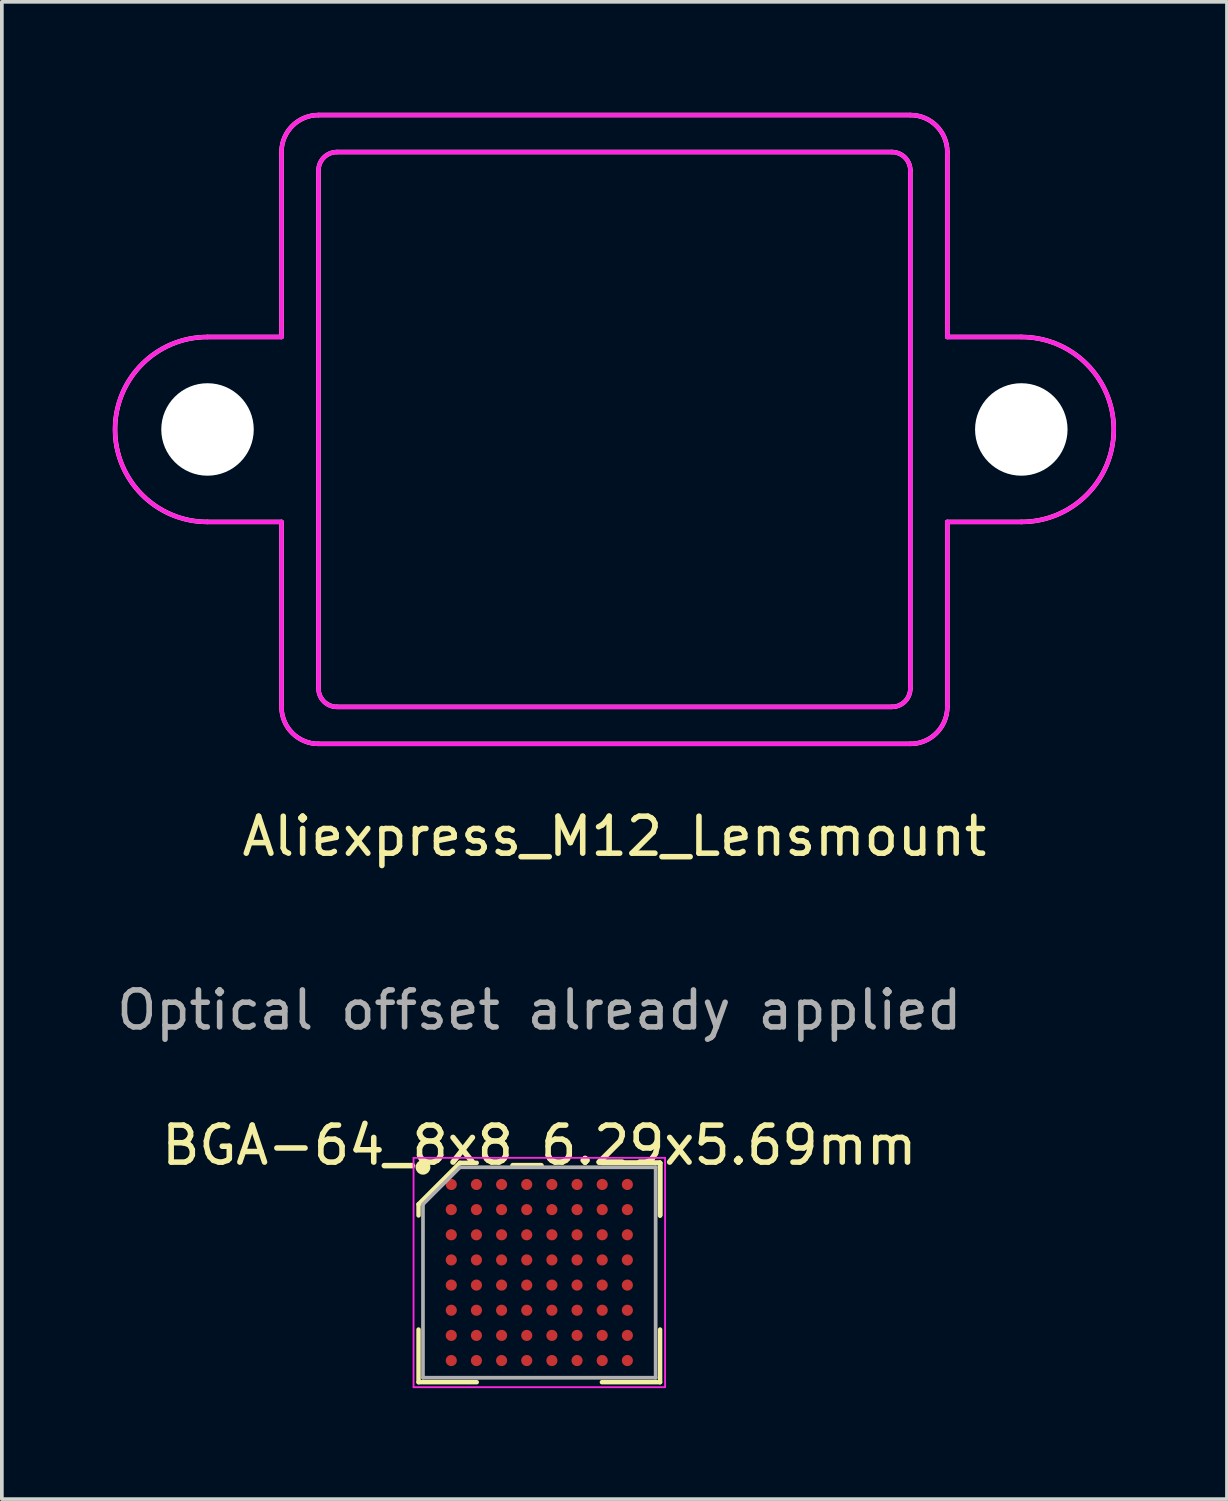
<source format=kicad_pcb>
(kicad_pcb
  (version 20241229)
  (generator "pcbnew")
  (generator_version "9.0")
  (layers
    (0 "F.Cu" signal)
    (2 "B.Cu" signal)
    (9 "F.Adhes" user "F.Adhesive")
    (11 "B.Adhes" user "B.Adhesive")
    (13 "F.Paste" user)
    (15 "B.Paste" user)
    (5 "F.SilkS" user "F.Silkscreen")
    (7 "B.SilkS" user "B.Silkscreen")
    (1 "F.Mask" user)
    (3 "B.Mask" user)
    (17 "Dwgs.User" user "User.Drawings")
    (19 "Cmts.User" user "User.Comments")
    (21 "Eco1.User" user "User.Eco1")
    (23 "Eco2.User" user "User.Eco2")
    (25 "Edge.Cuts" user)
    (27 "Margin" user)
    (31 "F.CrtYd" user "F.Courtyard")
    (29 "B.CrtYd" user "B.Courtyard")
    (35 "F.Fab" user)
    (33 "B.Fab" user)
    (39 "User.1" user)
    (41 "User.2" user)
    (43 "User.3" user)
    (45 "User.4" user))
  (footprint "Aliexpress_M12_Lensmount"
    (layer "F.Cu")
    (at 13.56 8.56)
    (property "Reference" "Aliexpress_M12_Lensmount" (at 0 11 0) (layer "F.SilkS") (effects (font (size 1 1) (thickness 0.15))))
    (attr through_hole)
    (fp_line (start -11 -2.5) (end -9 -2.5) (stroke (width 0.12) (type solid)) (layer "F.SilkS"))
    (fp_line (start -9 -7.5) (end -9 -2.5) (stroke (width 0.12) (type solid)) (layer "F.SilkS"))
    (fp_line (start -9 2.5) (end -11 2.5) (stroke (width 0.12) (type solid)) (layer "F.SilkS"))
    (fp_line (start -9 2.5) (end -9 7.5) (stroke (width 0.12) (type solid)) (layer "F.SilkS"))
    (fp_line (start -8 -8.5) (end 8 -8.5) (stroke (width 0.12) (type solid)) (layer "F.SilkS"))
    (fp_line (start -8 7) (end -8 -7) (stroke (width 0.12) (type solid)) (layer "F.SilkS"))
    (fp_line (start -7.5 -7.5) (end 7.5 -7.5) (stroke (width 0.12) (type solid)) (layer "F.SilkS"))
    (fp_line (start 7.5 7.5) (end -7.5 7.5) (stroke (width 0.12) (type solid)) (layer "F.SilkS"))
    (fp_line (start 8 -7) (end 8 7) (stroke (width 0.12) (type solid)) (layer "F.SilkS"))
    (fp_line (start 8 8.5) (end -8 8.5) (stroke (width 0.12) (type solid)) (layer "F.SilkS"))
    (fp_line (start 9 -7.5) (end 9 -2.5) (stroke (width 0.12) (type solid)) (layer "F.SilkS"))
    (fp_line (start 9 -2.5) (end 11 -2.5) (stroke (width 0.12) (type solid)) (layer "F.SilkS"))
    (fp_line (start 9 2.5) (end 9 7.5) (stroke (width 0.12) (type solid)) (layer "F.SilkS"))
    (fp_line (start 11 2.5) (end 9 2.5) (stroke (width 0.12) (type solid)) (layer "F.SilkS"))
    (fp_arc (start -11 2.5) (mid -13.5 0) (end -11 -2.5) (stroke (width 0.12) (type solid)) (layer "F.SilkS"))
    (fp_arc (start -9 -7.5) (mid -8.707107 -8.207107) (end -8 -8.5) (stroke (width 0.12) (type solid)) (layer "F.SilkS"))
    (fp_arc (start -8 -7) (mid -7.853553 -7.353553) (end -7.5 -7.5) (stroke (width 0.12) (type solid)) (layer "F.SilkS"))
    (fp_arc (start -8 8.5) (mid -8.707107 8.207107) (end -9 7.5) (stroke (width 0.12) (type solid)) (layer "F.SilkS"))
    (fp_arc (start -7.5 7.5) (mid -7.853553 7.353553) (end -8 7) (stroke (width 0.12) (type solid)) (layer "F.SilkS"))
    (fp_arc (start 7.5 -7.5) (mid 7.853553 -7.353553) (end 8 -7) (stroke (width 0.12) (type solid)) (layer "F.SilkS"))
    (fp_arc (start 8 -8.5) (mid 8.707107 -8.207107) (end 9 -7.5) (stroke (width 0.12) (type solid)) (layer "F.SilkS"))
    (fp_arc (start 8 7) (mid 7.853553 7.353553) (end 7.5 7.5) (stroke (width 0.12) (type solid)) (layer "F.SilkS"))
    (fp_arc (start 9 7.5) (mid 8.707107 8.207107) (end 8 8.5) (stroke (width 0.12) (type solid)) (layer "F.SilkS"))
    (fp_arc (start 11 -2.5) (mid 13.5 0) (end 11 2.5) (stroke (width 0.12) (type solid)) (layer "F.SilkS"))
    (fp_line (start -11 2.5) (end -9 2.5) (stroke (width 0.12) (type solid)) (layer "F.CrtYd"))
    (fp_line (start -9 -7.5) (end -9 -2.5) (stroke (width 0.12) (type solid)) (layer "F.CrtYd"))
    (fp_line (start -9 -2.5) (end -11 -2.5) (stroke (width 0.12) (type solid)) (layer "F.CrtYd"))
    (fp_line (start -9 2.5) (end -9 7.5) (stroke (width 0.12) (type solid)) (layer "F.CrtYd"))
    (fp_line (start -8 -8.5) (end 8 -8.5) (stroke (width 0.12) (type solid)) (layer "F.CrtYd"))
    (fp_line (start -8 7) (end -8 -7) (stroke (width 0.12) (type solid)) (layer "F.CrtYd"))
    (fp_line (start -8 8.5) (end 8 8.5) (stroke (width 0.12) (type solid)) (layer "F.CrtYd"))
    (fp_line (start -7.5 -7.5) (end 7.5 -7.5) (stroke (width 0.12) (type solid)) (layer "F.CrtYd"))
    (fp_line (start 7.5 7.5) (end -7.5 7.5) (stroke (width 0.12) (type solid)) (layer "F.CrtYd"))
    (fp_line (start 8 7) (end 8 -7) (stroke (width 0.12) (type solid)) (layer "F.CrtYd"))
    (fp_line (start 9 -7.5) (end 9 -2.5) (stroke (width 0.12) (type solid)) (layer "F.CrtYd"))
    (fp_line (start 9 -2.5) (end 11 -2.5) (stroke (width 0.12) (type solid)) (layer "F.CrtYd"))
    (fp_line (start 9 2.5) (end 9 7.5) (stroke (width 0.12) (type solid)) (layer "F.CrtYd"))
    (fp_line (start 11 2.5) (end 9 2.5) (stroke (width 0.12) (type solid)) (layer "F.CrtYd"))
    (fp_arc (start -11 2.5) (mid -13.5 0) (end -11 -2.5) (stroke (width 0.12) (type solid)) (layer "F.CrtYd"))
    (fp_arc (start -9 -7.5) (mid -8.707107 -8.207107) (end -8 -8.5) (stroke (width 0.12) (type solid)) (layer "F.CrtYd"))
    (fp_arc (start -8 -7) (mid -7.853553 -7.353553) (end -7.5 -7.5) (stroke (width 0.12) (type solid)) (layer "F.CrtYd"))
    (fp_arc (start -8 8.5) (mid -8.707107 8.207107) (end -9 7.5) (stroke (width 0.12) (type solid)) (layer "F.CrtYd"))
    (fp_arc (start -7.5 7.5) (mid -7.853553 7.353553) (end -8 7) (stroke (width 0.12) (type solid)) (layer "F.CrtYd"))
    (fp_arc (start 7.5 -7.5) (mid 7.853553 -7.353553) (end 8 -7) (stroke (width 0.12) (type solid)) (layer "F.CrtYd"))
    (fp_arc (start 8 -8.5) (mid 8.707107 -8.207107) (end 9 -7.5) (stroke (width 0.12) (type solid)) (layer "F.CrtYd"))
    (fp_arc (start 8 7) (mid 7.853553 7.353553) (end 7.5 7.5) (stroke (width 0.12) (type solid)) (layer "F.CrtYd"))
    (fp_arc (start 9 7.5) (mid 8.707107 8.207107) (end 8 8.5) (stroke (width 0.12) (type solid)) (layer "F.CrtYd"))
    (fp_arc (start 11 -2.5) (mid 13.5 0) (end 11 2.5) (stroke (width 0.12) (type solid)) (layer "F.CrtYd"))
    (pad "" np_thru_hole circle (at -11 0 180) (size 2.5 2.5) (drill 2.5) (layers "*.Cu" "*.Mask"))
    (pad "" np_thru_hole circle (at 11 0 180) (size 2.5 2.5) (drill 2.5) (layers "*.Cu" "*.Mask")))
  (footprint "BGA-64_8x8_6.29x5.69mm"
    (layer "F.Cu")
    (at 11.53 31.756)
    (property "Reference" "BGA-64_8x8_6.29x5.69mm" (at 0 -3.845 0) (layer "F.SilkS") (effects (font (size 1 1) (thickness 0.15))))
    (attr smd)
    (fp_line (start -3.265 -2.25) (end -3.265 -1.948) (stroke (width 0.12) (type solid)) (layer "F.SilkS"))
    (fp_line (start -3.265 2.56) (end -3.265 1.137) (stroke (width 0.12) (type solid)) (layer "F.SilkS"))
    (fp_line (start -2.145 -3.37) (end -3.265 -2.25) (stroke (width 0.12) (type solid)) (layer "F.SilkS"))
    (fp_line (start -1.692 -3.37) (end -2.145 -3.37) (stroke (width 0.12) (type solid)) (layer "F.SilkS"))
    (fp_line (start -1.692 2.56) (end -3.265 2.56) (stroke (width 0.12) (type solid)) (layer "F.SilkS"))
    (fp_line (start 1.692 -3.37) (end 3.265 -3.37) (stroke (width 0.12) (type solid)) (layer "F.SilkS"))
    (fp_line (start 1.692 -3.37) (end 3.265 -3.37) (stroke (width 0.12) (type solid)) (layer "F.SilkS"))
    (fp_line (start 1.692 -3.37) (end 3.265 -3.37) (stroke (width 0.12) (type solid)) (layer "F.SilkS"))
    (fp_line (start 1.692 2.56) (end 3.265 2.56) (stroke (width 0.12) (type solid)) (layer "F.SilkS"))
    (fp_line (start 3.265 -3.37) (end 3.265 -1.948) (stroke (width 0.12) (type solid)) (layer "F.SilkS"))
    (fp_line (start 3.265 -3.37) (end 3.265 -1.948) (stroke (width 0.12) (type solid)) (layer "F.SilkS"))
    (fp_line (start 3.265 -3.37) (end 3.265 -1.948) (stroke (width 0.12) (type solid)) (layer "F.SilkS"))
    (fp_line (start 3.265 2.56) (end 3.265 1.137) (stroke (width 0.12) (type solid)) (layer "F.SilkS"))
    (fp_circle (center -3.145 -3.25) (end -3.145 -3.15) (stroke (width 0.2) (type solid)) (fill no) (layer "F.SilkS"))
    (fp_line (start -3.4 -3.505) (end 3.4 -3.505) (stroke (width 0.05) (type solid)) (layer "F.CrtYd"))
    (fp_line (start -3.4 2.695) (end -3.4 -3.505) (stroke (width 0.05) (type solid)) (layer "F.CrtYd"))
    (fp_line (start 3.4 -3.505) (end 3.4 2.695) (stroke (width 0.05) (type solid)) (layer "F.CrtYd"))
    (fp_line (start 3.4 2.695) (end -3.4 2.695) (stroke (width 0.05) (type solid)) (layer "F.CrtYd"))
    (fp_line (start -3.145 -2.25) (end -3.145 2.44) (stroke (width 0.1) (type solid)) (layer "F.Fab"))
    (fp_line (start -3.145 2.44) (end 3.145 2.44) (stroke (width 0.1) (type solid)) (layer "F.Fab"))
    (fp_line (start -2.145 -3.25) (end -3.145 -2.25) (stroke (width 0.1) (type solid)) (layer "F.Fab"))
    (fp_line (start 3.145 -3.25) (end -2.145 -3.25) (stroke (width 0.1) (type solid)) (layer "F.Fab"))
    (fp_line (start 3.145 2.44) (end 3.145 -3.25) (stroke (width 0.1) (type solid)) (layer "F.Fab"))
    (fp_text user "Optical offset already applied" (at 0 -7.5 0) (layer "F.Fab") (effects (font (size 1 1) (thickness 0.15))))
    (pad "A1" smd circle (at -2.38 -2.785) (size 0.3 0.3) (layers "F.Cu" "F.Mask" "F.Paste"))
    (pad "A2" smd circle (at -1.7 -2.785) (size 0.3 0.3) (layers "F.Cu" "F.Mask" "F.Paste"))
    (pad "A3" smd circle (at -1.02 -2.785) (size 0.3 0.3) (layers "F.Cu" "F.Mask" "F.Paste"))
    (pad "A4" smd circle (at -0.34 -2.785) (size 0.3 0.3) (layers "F.Cu" "F.Mask" "F.Paste"))
    (pad "A5" smd circle (at 0.34 -2.785) (size 0.3 0.3) (layers "F.Cu" "F.Mask" "F.Paste"))
    (pad "A6" smd circle (at 1.02 -2.785) (size 0.3 0.3) (layers "F.Cu" "F.Mask" "F.Paste"))
    (pad "A7" smd circle (at 1.7 -2.785) (size 0.3 0.3) (layers "F.Cu" "F.Mask" "F.Paste"))
    (pad "A8" smd circle (at 2.38 -2.785) (size 0.3 0.3) (layers "F.Cu" "F.Mask" "F.Paste"))
    (pad "B1" smd circle (at -2.38 -2.105) (size 0.3 0.3) (layers "F.Cu" "F.Mask" "F.Paste"))
    (pad "B2" smd circle (at -1.7 -2.105) (size 0.3 0.3) (layers "F.Cu" "F.Mask" "F.Paste"))
    (pad "B3" smd circle (at -1.02 -2.105) (size 0.3 0.3) (layers "F.Cu" "F.Mask" "F.Paste"))
    (pad "B4" smd circle (at -0.34 -2.105) (size 0.3 0.3) (layers "F.Cu" "F.Mask" "F.Paste"))
    (pad "B5" smd circle (at 0.34 -2.105) (size 0.3 0.3) (layers "F.Cu" "F.Mask" "F.Paste"))
    (pad "B6" smd circle (at 1.02 -2.105) (size 0.3 0.3) (layers "F.Cu" "F.Mask" "F.Paste"))
    (pad "B7" smd circle (at 1.7 -2.105) (size 0.3 0.3) (layers "F.Cu" "F.Mask" "F.Paste"))
    (pad "B8" smd circle (at 2.38 -2.105) (size 0.3 0.3) (layers "F.Cu" "F.Mask" "F.Paste"))
    (pad "C1" smd circle (at -2.38 -1.425) (size 0.3 0.3) (layers "F.Cu" "F.Mask" "F.Paste"))
    (pad "C2" smd circle (at -1.7 -1.425) (size 0.3 0.3) (layers "F.Cu" "F.Mask" "F.Paste"))
    (pad "C3" smd circle (at -1.02 -1.425) (size 0.3 0.3) (layers "F.Cu" "F.Mask" "F.Paste"))
    (pad "C4" smd circle (at -0.34 -1.425) (size 0.3 0.3) (layers "F.Cu" "F.Mask" "F.Paste"))
    (pad "C5" smd circle (at 0.34 -1.425) (size 0.3 0.3) (layers "F.Cu" "F.Mask" "F.Paste"))
    (pad "C6" smd circle (at 1.02 -1.425) (size 0.3 0.3) (layers "F.Cu" "F.Mask" "F.Paste"))
    (pad "C7" smd circle (at 1.7 -1.425) (size 0.3 0.3) (layers "F.Cu" "F.Mask" "F.Paste"))
    (pad "C8" smd circle (at 2.38 -1.425) (size 0.3 0.3) (layers "F.Cu" "F.Mask" "F.Paste"))
    (pad "D1" smd circle (at -2.38 -0.745) (size 0.3 0.3) (layers "F.Cu" "F.Mask" "F.Paste"))
    (pad "D2" smd circle (at -1.7 -0.745) (size 0.3 0.3) (layers "F.Cu" "F.Mask" "F.Paste"))
    (pad "D3" smd circle (at -1.02 -0.745) (size 0.3 0.3) (layers "F.Cu" "F.Mask" "F.Paste"))
    (pad "D4" smd circle (at -0.34 -0.745) (size 0.3 0.3) (layers "F.Cu" "F.Mask" "F.Paste"))
    (pad "D5" smd circle (at 0.34 -0.745) (size 0.3 0.3) (layers "F.Cu" "F.Mask" "F.Paste"))
    (pad "D6" smd circle (at 1.02 -0.745) (size 0.3 0.3) (layers "F.Cu" "F.Mask" "F.Paste"))
    (pad "D7" smd circle (at 1.7 -0.745) (size 0.3 0.3) (layers "F.Cu" "F.Mask" "F.Paste"))
    (pad "D8" smd circle (at 2.38 -0.745) (size 0.3 0.3) (layers "F.Cu" "F.Mask" "F.Paste"))
    (pad "E1" smd circle (at -2.38 -0.065) (size 0.3 0.3) (layers "F.Cu" "F.Mask" "F.Paste"))
    (pad "E2" smd circle (at -1.7 -0.065) (size 0.3 0.3) (layers "F.Cu" "F.Mask" "F.Paste"))
    (pad "E3" smd circle (at -1.02 -0.065) (size 0.3 0.3) (layers "F.Cu" "F.Mask" "F.Paste"))
    (pad "E4" smd circle (at -0.34 -0.065) (size 0.3 0.3) (layers "F.Cu" "F.Mask" "F.Paste"))
    (pad "E5" smd circle (at 0.34 -0.065) (size 0.3 0.3) (layers "F.Cu" "F.Mask" "F.Paste"))
    (pad "E6" smd circle (at 1.02 -0.065) (size 0.3 0.3) (layers "F.Cu" "F.Mask" "F.Paste"))
    (pad "E7" smd circle (at 1.7 -0.065) (size 0.3 0.3) (layers "F.Cu" "F.Mask" "F.Paste"))
    (pad "E8" smd circle (at 2.38 -0.065) (size 0.3 0.3) (layers "F.Cu" "F.Mask" "F.Paste"))
    (pad "F1" smd circle (at -2.38 0.615) (size 0.3 0.3) (layers "F.Cu" "F.Mask" "F.Paste"))
    (pad "F2" smd circle (at -1.7 0.615) (size 0.3 0.3) (layers "F.Cu" "F.Mask" "F.Paste"))
    (pad "F3" smd circle (at -1.02 0.615) (size 0.3 0.3) (layers "F.Cu" "F.Mask" "F.Paste"))
    (pad "F4" smd circle (at -0.34 0.615) (size 0.3 0.3) (layers "F.Cu" "F.Mask" "F.Paste"))
    (pad "F5" smd circle (at 0.34 0.615) (size 0.3 0.3) (layers "F.Cu" "F.Mask" "F.Paste"))
    (pad "F6" smd circle (at 1.02 0.615) (size 0.3 0.3) (layers "F.Cu" "F.Mask" "F.Paste"))
    (pad "F7" smd circle (at 1.7 0.615) (size 0.3 0.3) (layers "F.Cu" "F.Mask" "F.Paste"))
    (pad "F8" smd circle (at 2.38 0.615) (size 0.3 0.3) (layers "F.Cu" "F.Mask" "F.Paste"))
    (pad "G1" smd circle (at -2.38 1.295) (size 0.3 0.3) (layers "F.Cu" "F.Mask" "F.Paste"))
    (pad "G2" smd circle (at -1.7 1.295) (size 0.3 0.3) (layers "F.Cu" "F.Mask" "F.Paste"))
    (pad "G3" smd circle (at -1.02 1.295) (size 0.3 0.3) (layers "F.Cu" "F.Mask" "F.Paste"))
    (pad "G4" smd circle (at -0.34 1.295) (size 0.3 0.3) (layers "F.Cu" "F.Mask" "F.Paste"))
    (pad "G5" smd circle (at 0.34 1.295) (size 0.3 0.3) (layers "F.Cu" "F.Mask" "F.Paste"))
    (pad "G6" smd circle (at 1.02 1.295) (size 0.3 0.3) (layers "F.Cu" "F.Mask" "F.Paste"))
    (pad "G7" smd circle (at 1.7 1.295) (size 0.3 0.3) (layers "F.Cu" "F.Mask" "F.Paste"))
    (pad "G8" smd circle (at 2.38 1.295) (size 0.3 0.3) (layers "F.Cu" "F.Mask" "F.Paste"))
    (pad "H1" smd circle (at -2.38 1.975) (size 0.3 0.3) (layers "F.Cu" "F.Mask" "F.Paste"))
    (pad "H2" smd circle (at -1.7 1.975) (size 0.3 0.3) (layers "F.Cu" "F.Mask" "F.Paste"))
    (pad "H3" smd circle (at -1.02 1.975) (size 0.3 0.3) (layers "F.Cu" "F.Mask" "F.Paste"))
    (pad "H4" smd circle (at -0.34 1.975) (size 0.3 0.3) (layers "F.Cu" "F.Mask" "F.Paste"))
    (pad "H5" smd circle (at 0.34 1.975) (size 0.3 0.3) (layers "F.Cu" "F.Mask" "F.Paste"))
    (pad "H6" smd circle (at 1.02 1.975) (size 0.3 0.3) (layers "F.Cu" "F.Mask" "F.Paste"))
    (pad "H7" smd circle (at 1.7 1.975) (size 0.3 0.3) (layers "F.Cu" "F.Mask" "F.Paste"))
    (pad "H8" smd circle (at 2.38 1.975) (size 0.3 0.3) (layers "F.Cu" "F.Mask" "F.Paste")))
  (gr_rect
    (start -3 -3)
    (end 30.12 37.477)
    (stroke (width 0.1) (type default))
    (fill no)
    (layer "Edge.Cuts")))
</source>
